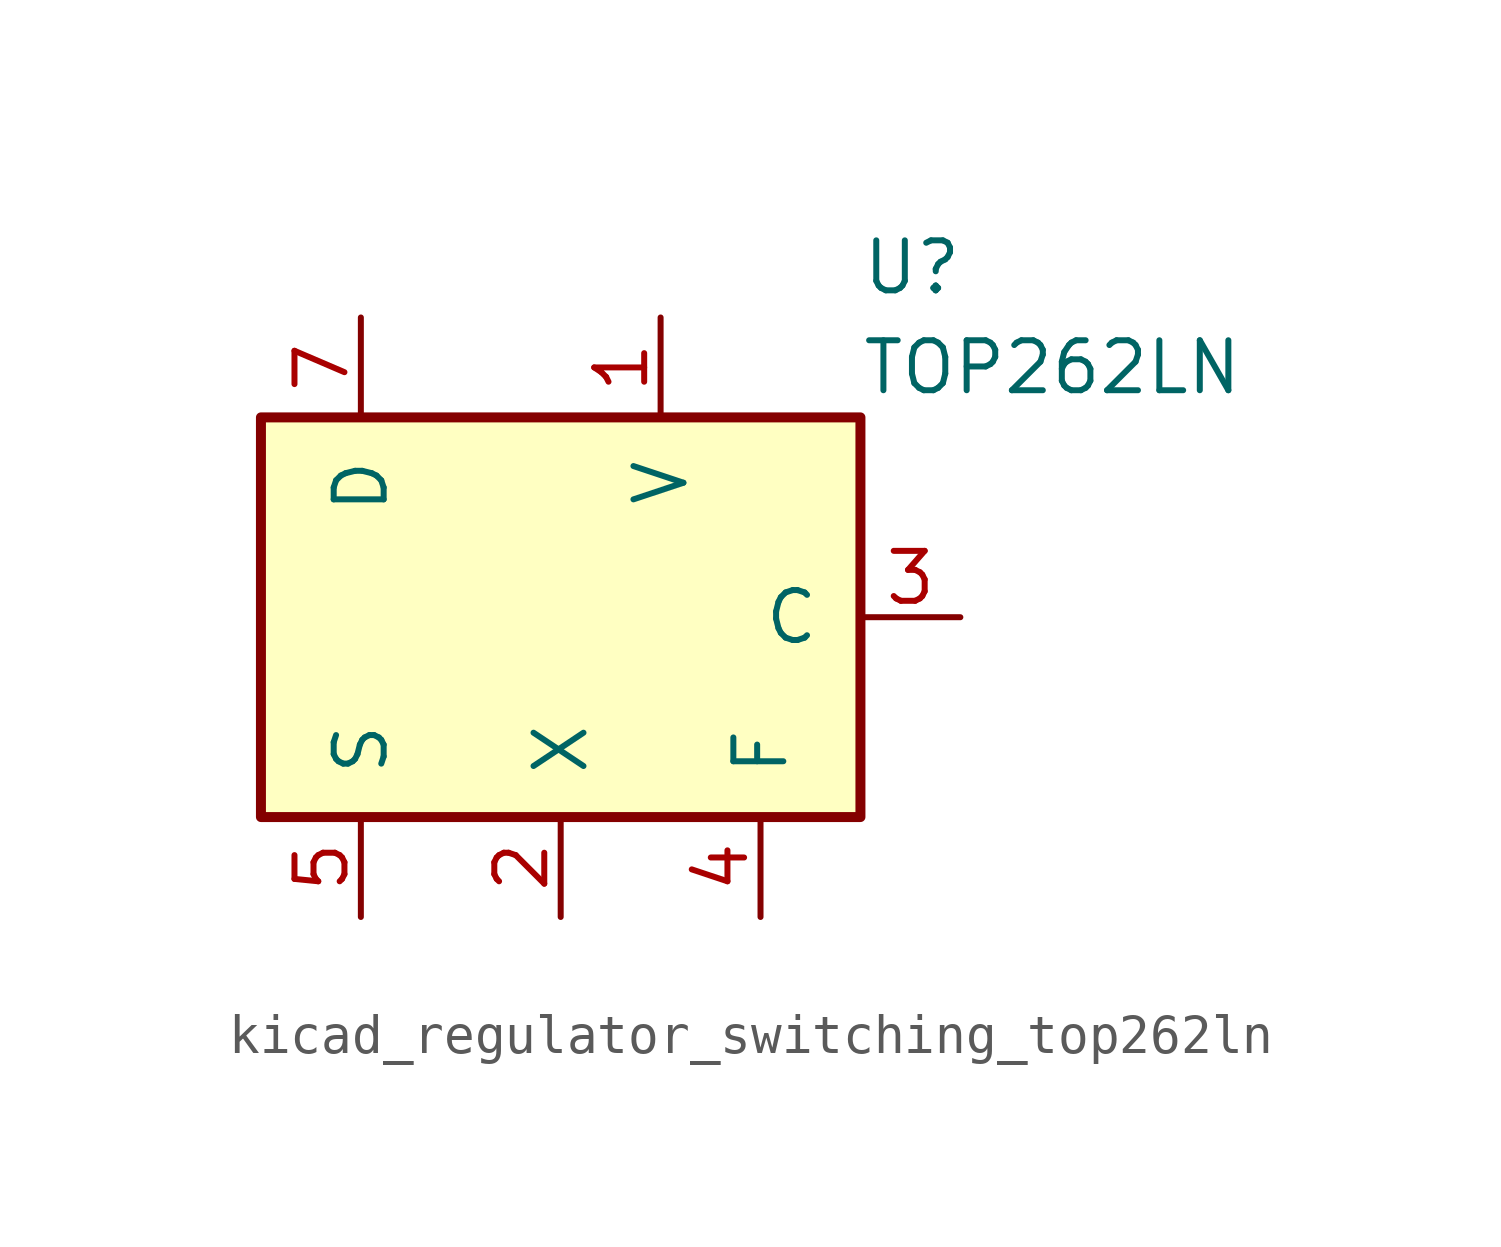
<source format=kicad_sym>
(kicad_symbol_lib
  (version 20220914)
  (generator kicad_symbol_editor)
  (symbol "kicad_regulator_switching_top262ln"
    (pin_names
      (offset 1.016))
    (property "Reference" "U"
      (at 7.62 8.89 0)
      (effects (font (size 1.27 1.27)) (justify left)))
    (property "Value" "TOP262LN"
      (at 7.62 6.35 0)
      (effects (font (size 1.27 1.27)) (justify left)))
    (symbol "kicad_regulator_switching_top262ln_0_1"
      (rectangle (start -7.62 5.08) (end 7.62 -5.08) (stroke (width 0.254) (type default)) (fill (type background))))
    (symbol "kicad_regulator_switching_top262ln_1_1"
      (pin input line (at 2.54 7.62 270) (length 2.54) (name "V" (effects (font (size 1.27 1.27)))) (number "1" (effects (font (size 1.27 1.27)))))
      (pin input line (at 0 -7.62 90) (length 2.54) (name "X" (effects (font (size 1.27 1.27)))) (number "2" (effects (font (size 1.27 1.27)))))
      (pin input line (at 10.16 0 180) (length 2.54) (name "C" (effects (font (size 1.27 1.27)))) (number "3" (effects (font (size 1.27 1.27)))))
      (pin passive line (at 5.08 -7.62 90) (length 2.54) (name "F" (effects (font (size 1.27 1.27)))) (number "4" (effects (font (size 1.27 1.27)))))
      (pin power_in line (at -5.08 -7.62 90) (length 2.54) (name "S" (effects (font (size 1.27 1.27)))) (number "5" (effects (font (size 1.27 1.27)))))
      (pin open_collector line (at -5.08 7.62 270) (length 2.54) (name "D" (effects (font (size 1.27 1.27)))) (number "7" (effects (font (size 1.27 1.27))))))))
</source>
